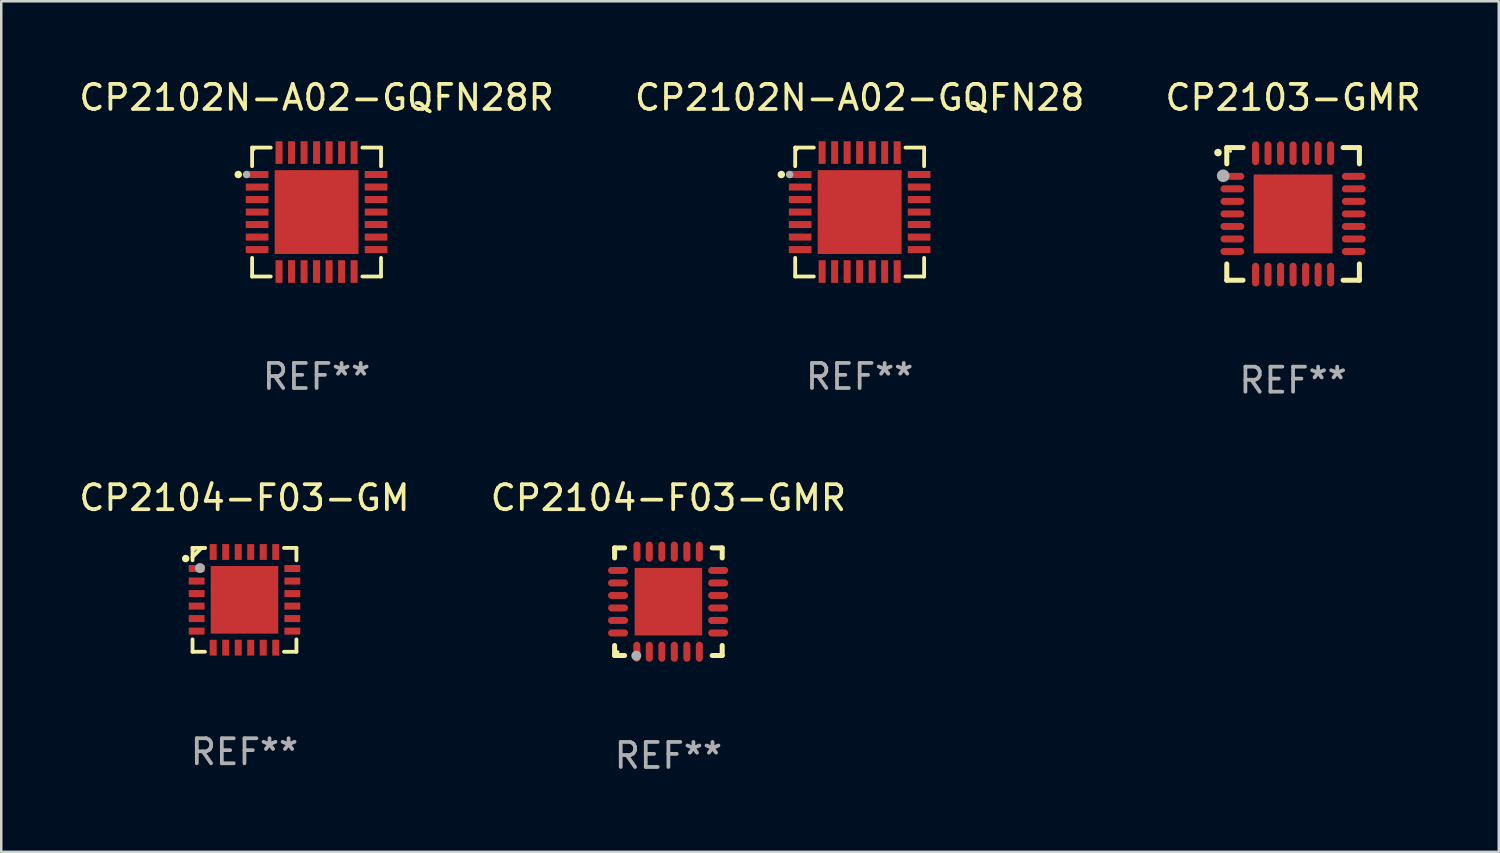
<source format=kicad_pcb>
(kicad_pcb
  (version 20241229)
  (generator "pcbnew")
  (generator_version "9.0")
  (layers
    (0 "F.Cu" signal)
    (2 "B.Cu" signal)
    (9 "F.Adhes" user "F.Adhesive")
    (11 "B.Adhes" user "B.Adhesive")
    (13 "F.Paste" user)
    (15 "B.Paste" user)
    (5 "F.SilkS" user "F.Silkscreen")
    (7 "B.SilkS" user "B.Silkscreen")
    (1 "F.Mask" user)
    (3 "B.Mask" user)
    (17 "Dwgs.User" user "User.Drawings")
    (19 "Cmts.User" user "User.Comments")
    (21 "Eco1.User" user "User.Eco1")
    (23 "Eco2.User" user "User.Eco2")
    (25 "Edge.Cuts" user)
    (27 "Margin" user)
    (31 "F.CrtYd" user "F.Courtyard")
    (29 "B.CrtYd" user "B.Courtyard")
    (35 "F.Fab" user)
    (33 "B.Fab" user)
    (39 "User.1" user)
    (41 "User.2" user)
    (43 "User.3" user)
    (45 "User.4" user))
  (footprint "CP2102N-A02-GQFN28"
    (layer "F.Cu")
    (at 31.304 5.424)
    (property "Reference" "CP2102N-A02-GQFN28" (at 0 -4.576 0) (layer "F.SilkS") (effects (font (size 1 1) (thickness 0.15))))
    (attr through_hole)
    (fp_line (start -2.576 -2.576) (end -2.576 -1.831) (stroke (width 0.152) (type solid)) (layer "F.SilkS"))
    (fp_line (start -2.576 2.576) (end -2.576 1.831) (stroke (width 0.152) (type solid)) (layer "F.SilkS"))
    (fp_line (start -1.831 -2.576) (end -2.576 -2.576) (stroke (width 0.152) (type solid)) (layer "F.SilkS"))
    (fp_line (start -1.831 2.576) (end -2.576 2.576) (stroke (width 0.152) (type solid)) (layer "F.SilkS"))
    (fp_line (start 1.831 -2.576) (end 2.576 -2.576) (stroke (width 0.152) (type solid)) (layer "F.SilkS"))
    (fp_line (start 1.831 2.576) (end 2.576 2.576) (stroke (width 0.152) (type solid)) (layer "F.SilkS"))
    (fp_line (start 2.576 -2.576) (end 2.576 -1.831) (stroke (width 0.152) (type solid)) (layer "F.SilkS"))
    (fp_line (start 2.576 2.576) (end 2.576 1.831) (stroke (width 0.152) (type solid)) (layer "F.SilkS"))
    (fp_circle (center -3.13 -1.5) (end -3.055 -1.5) (stroke (width 0.15) (type solid)) (fill no) (layer "F.SilkS"))
    (fp_circle (center -2.5 -2.5) (end -2.47 -2.5) (stroke (width 0.06) (type solid)) (fill no) (layer "F.SilkS"))
    (fp_circle (center -2.8 -1.5) (end -2.725 -1.5) (stroke (width 0.15) (type solid)) (fill no) (layer "F.Fab"))
    (fp_text user "REF**" (at 0 6.576 0) (layer "F.Fab") (effects (font (size 1 1) (thickness 0.15))))
    (pad "1" smd rect (at -2.377 -1.5) (size 0.905 0.28) (layers "F.Cu" "F.Mask" "F.Paste"))
    (pad "2" smd rect (at -2.377 -1) (size 0.905 0.28) (layers "F.Cu" "F.Mask" "F.Paste"))
    (pad "3" smd rect (at -2.377 -0.5) (size 0.905 0.28) (layers "F.Cu" "F.Mask" "F.Paste"))
    (pad "4" smd rect (at -2.377 0) (size 0.905 0.28) (layers "F.Cu" "F.Mask" "F.Paste"))
    (pad "5" smd rect (at -2.377 0.5) (size 0.905 0.28) (layers "F.Cu" "F.Mask" "F.Paste"))
    (pad "6" smd rect (at -2.377 1) (size 0.905 0.28) (layers "F.Cu" "F.Mask" "F.Paste"))
    (pad "7" smd rect (at -2.377 1.5) (size 0.905 0.28) (layers "F.Cu" "F.Mask" "F.Paste"))
    (pad "8" smd rect (at -1.5 2.377) (size 0.28 0.905) (layers "F.Cu" "F.Mask" "F.Paste"))
    (pad "9" smd rect (at -1 2.377) (size 0.28 0.905) (layers "F.Cu" "F.Mask" "F.Paste"))
    (pad "10" smd rect (at -0.5 2.377) (size 0.28 0.905) (layers "F.Cu" "F.Mask" "F.Paste"))
    (pad "11" smd rect (at 0 2.377) (size 0.28 0.905) (layers "F.Cu" "F.Mask" "F.Paste"))
    (pad "12" smd rect (at 0.5 2.377) (size 0.28 0.905) (layers "F.Cu" "F.Mask" "F.Paste"))
    (pad "13" smd rect (at 1 2.377) (size 0.28 0.905) (layers "F.Cu" "F.Mask" "F.Paste"))
    (pad "14" smd rect (at 1.5 2.377) (size 0.28 0.905) (layers "F.Cu" "F.Mask" "F.Paste"))
    (pad "15" smd rect (at 2.377 1.5) (size 0.905 0.28) (layers "F.Cu" "F.Mask" "F.Paste"))
    (pad "16" smd rect (at 2.377 1) (size 0.905 0.28) (layers "F.Cu" "F.Mask" "F.Paste"))
    (pad "17" smd rect (at 2.377 0.5) (size 0.905 0.28) (layers "F.Cu" "F.Mask" "F.Paste"))
    (pad "18" smd rect (at 2.377 0) (size 0.905 0.28) (layers "F.Cu" "F.Mask" "F.Paste"))
    (pad "19" smd rect (at 2.377 -0.5) (size 0.905 0.28) (layers "F.Cu" "F.Mask" "F.Paste"))
    (pad "20" smd rect (at 2.377 -1) (size 0.905 0.28) (layers "F.Cu" "F.Mask" "F.Paste"))
    (pad "21" smd rect (at 2.377 -1.5) (size 0.905 0.28) (layers "F.Cu" "F.Mask" "F.Paste"))
    (pad "22" smd rect (at 1.5 -2.377) (size 0.28 0.905) (layers "F.Cu" "F.Mask" "F.Paste"))
    (pad "23" smd rect (at 1 -2.377) (size 0.28 0.905) (layers "F.Cu" "F.Mask" "F.Paste"))
    (pad "24" smd rect (at 0.5 -2.377) (size 0.28 0.905) (layers "F.Cu" "F.Mask" "F.Paste"))
    (pad "25" smd rect (at 0 -2.377) (size 0.28 0.905) (layers "F.Cu" "F.Mask" "F.Paste"))
    (pad "26" smd rect (at -0.5 -2.377) (size 0.28 0.905) (layers "F.Cu" "F.Mask" "F.Paste"))
    (pad "27" smd rect (at -1 -2.377) (size 0.28 0.905) (layers "F.Cu" "F.Mask" "F.Paste"))
    (pad "28" smd rect (at -1.5 -2.377) (size 0.28 0.905) (layers "F.Cu" "F.Mask" "F.Paste"))
    (pad "29" smd rect (at 0 0) (size 3.35 3.35) (layers "F.Cu" "F.Mask" "F.Paste")))
  (footprint "CP2104-F03-GM"
    (layer "F.Cu")
    (at 6.72 20.921)
    (property "Reference" "CP2104-F03-GM" (at 0 -4.076 0) (layer "F.SilkS") (effects (font (size 1 1) (thickness 0.15))))
    (attr through_hole)
    (fp_line (start -2.076 -2.076) (end -2.076 -1.58) (stroke (width 0.152) (type solid)) (layer "F.SilkS"))
    (fp_line (start -2.076 2.076) (end -2.076 1.58) (stroke (width 0.152) (type solid)) (layer "F.SilkS"))
    (fp_line (start -1.713 -2.076) (end -2.076 -1.713) (stroke (width 0.152) (type solid)) (layer "F.SilkS"))
    (fp_line (start -1.58 -2.076) (end -2.076 -2.076) (stroke (width 0.152) (type solid)) (layer "F.SilkS"))
    (fp_line (start -1.58 -2.076) (end -1.713 -2.076) (stroke (width 0.152) (type solid)) (layer "F.SilkS"))
    (fp_line (start -1.58 2.076) (end -2.076 2.076) (stroke (width 0.152) (type solid)) (layer "F.SilkS"))
    (fp_line (start 1.58 -2.076) (end 2.076 -2.076) (stroke (width 0.152) (type solid)) (layer "F.SilkS"))
    (fp_line (start 1.58 2.076) (end 2.076 2.076) (stroke (width 0.152) (type solid)) (layer "F.SilkS"))
    (fp_line (start 2.076 -2.076) (end 2.076 -1.58) (stroke (width 0.152) (type solid)) (layer "F.SilkS"))
    (fp_line (start 2.076 2.076) (end 2.076 1.58) (stroke (width 0.152) (type solid)) (layer "F.SilkS"))
    (fp_circle (center -2.35 -1.65) (end -2.275 -1.65) (stroke (width 0.15) (type solid)) (fill no) (layer "F.SilkS"))
    (fp_circle (center -2 -2) (end -1.97 -2) (stroke (width 0.06) (type solid)) (fill no) (layer "F.SilkS"))
    (fp_circle (center -1.778 -1.27) (end -1.678 -1.27) (stroke (width 0.2) (type solid)) (fill no) (layer "F.Fab"))
    (fp_text user "REF**" (at 0 6.076 0) (layer "F.Fab") (effects (font (size 1 1) (thickness 0.15))))
    (pad "1" smd rect (at -1.912 -1.25) (size 0.633 0.28) (layers "F.Cu" "F.Mask" "F.Paste"))
    (pad "2" smd rect (at -1.912 -0.75) (size 0.633 0.28) (layers "F.Cu" "F.Mask" "F.Paste"))
    (pad "3" smd rect (at -1.912 -0.25) (size 0.633 0.28) (layers "F.Cu" "F.Mask" "F.Paste"))
    (pad "4" smd rect (at -1.912 0.25) (size 0.633 0.28) (layers "F.Cu" "F.Mask" "F.Paste"))
    (pad "5" smd rect (at -1.912 0.75) (size 0.633 0.28) (layers "F.Cu" "F.Mask" "F.Paste"))
    (pad "6" smd rect (at -1.912 1.25) (size 0.633 0.28) (layers "F.Cu" "F.Mask" "F.Paste"))
    (pad "7" smd rect (at -1.25 1.912) (size 0.28 0.633) (layers "F.Cu" "F.Mask" "F.Paste"))
    (pad "8" smd rect (at -0.75 1.912) (size 0.28 0.633) (layers "F.Cu" "F.Mask" "F.Paste"))
    (pad "9" smd rect (at -0.25 1.912) (size 0.28 0.633) (layers "F.Cu" "F.Mask" "F.Paste"))
    (pad "10" smd rect (at 0.25 1.912) (size 0.28 0.633) (layers "F.Cu" "F.Mask" "F.Paste"))
    (pad "11" smd rect (at 0.75 1.912) (size 0.28 0.633) (layers "F.Cu" "F.Mask" "F.Paste"))
    (pad "12" smd rect (at 1.25 1.912) (size 0.28 0.633) (layers "F.Cu" "F.Mask" "F.Paste"))
    (pad "13" smd rect (at 1.912 1.25) (size 0.633 0.28) (layers "F.Cu" "F.Mask" "F.Paste"))
    (pad "14" smd rect (at 1.912 0.75) (size 0.633 0.28) (layers "F.Cu" "F.Mask" "F.Paste"))
    (pad "15" smd rect (at 1.912 0.25) (size 0.633 0.28) (layers "F.Cu" "F.Mask" "F.Paste"))
    (pad "16" smd rect (at 1.912 -0.25) (size 0.633 0.28) (layers "F.Cu" "F.Mask" "F.Paste"))
    (pad "17" smd rect (at 1.912 -0.75) (size 0.633 0.28) (layers "F.Cu" "F.Mask" "F.Paste"))
    (pad "18" smd rect (at 1.912 -1.25) (size 0.633 0.28) (layers "F.Cu" "F.Mask" "F.Paste"))
    (pad "19" smd rect (at 1.25 -1.912) (size 0.28 0.633) (layers "F.Cu" "F.Mask" "F.Paste"))
    (pad "20" smd rect (at 0.75 -1.912) (size 0.28 0.633) (layers "F.Cu" "F.Mask" "F.Paste"))
    (pad "21" smd rect (at 0.25 -1.912) (size 0.28 0.633) (layers "F.Cu" "F.Mask" "F.Paste"))
    (pad "22" smd rect (at -0.25 -1.912) (size 0.28 0.633) (layers "F.Cu" "F.Mask" "F.Paste"))
    (pad "23" smd rect (at -0.75 -1.912) (size 0.28 0.633) (layers "F.Cu" "F.Mask" "F.Paste"))
    (pad "24" smd rect (at -1.25 -1.912) (size 0.28 0.633) (layers "F.Cu" "F.Mask" "F.Paste"))
    (pad "25" smd rect (at 0 0) (size 2.7 2.7) (layers "F.Cu" "F.Mask" "F.Paste")))
  (footprint "CP2104-F03-GMR"
    (layer "F.Cu")
    (at 23.661 20.995)
    (property "Reference" "CP2104-F03-GMR" (at 0 -4.15 0) (layer "F.SilkS") (effects (font (size 1 1) (thickness 0.15))))
    (attr through_hole)
    (fp_line (start -2.15 -2.15) (end -1.75 -2.15) (stroke (width 0.2) (type solid)) (layer "F.SilkS"))
    (fp_line (start -2.15 -1.75) (end -2.15 -2.15) (stroke (width 0.2) (type solid)) (layer "F.SilkS"))
    (fp_line (start -2.15 2.15) (end -2.15 1.75) (stroke (width 0.2) (type solid)) (layer "F.SilkS"))
    (fp_line (start -1.75 2.15) (end -2.15 2.15) (stroke (width 0.2) (type solid)) (layer "F.SilkS"))
    (fp_line (start 2.15 -2.15) (end 1.75 -2.15) (stroke (width 0.2) (type solid)) (layer "F.SilkS"))
    (fp_line (start 2.15 -1.75) (end 2.15 -2.15) (stroke (width 0.2) (type solid)) (layer "F.SilkS"))
    (fp_line (start 2.15 1.75) (end 2.15 2.15) (stroke (width 0.2) (type solid)) (layer "F.SilkS"))
    (fp_line (start 2.15 2.15) (end 1.75 2.15) (stroke (width 0.2) (type solid)) (layer "F.SilkS"))
    (fp_circle (center -2.013 2) (end -1.983 2) (stroke (width 0.06) (type solid)) (fill no) (layer "F.SilkS"))
    (fp_circle (center -1.282 2.159) (end -1.182 2.159) (stroke (width 0.2) (type solid)) (fill no) (layer "F.Fab"))
    (fp_text user "REF**" (at 0 6.15 0) (layer "F.Fab") (effects (font (size 1 1) (thickness 0.15))))
    (pad "1" smd oval (at -1.262 2) (size 0.28 0.8) (layers "F.Cu" "F.Mask" "F.Paste"))
    (pad "2" smd oval (at -0.763 2) (size 0.28 0.8) (layers "F.Cu" "F.Mask" "F.Paste"))
    (pad "3" smd oval (at -0.262 2) (size 0.28 0.8) (layers "F.Cu" "F.Mask" "F.Paste"))
    (pad "4" smd oval (at 0.237 2) (size 0.28 0.8) (layers "F.Cu" "F.Mask" "F.Paste"))
    (pad "5" smd oval (at 0.738 2) (size 0.28 0.8) (layers "F.Cu" "F.Mask" "F.Paste"))
    (pad "6" smd oval (at 1.237 2) (size 0.28 0.8) (layers "F.Cu" "F.Mask" "F.Paste"))
    (pad "7" smd oval (at 1.988 1.25) (size 0.8 0.28) (layers "F.Cu" "F.Mask" "F.Paste"))
    (pad "8" smd oval (at 1.988 0.75) (size 0.8 0.28) (layers "F.Cu" "F.Mask" "F.Paste"))
    (pad "9" smd oval (at 1.988 0.25) (size 0.8 0.28) (layers "F.Cu" "F.Mask" "F.Paste"))
    (pad "10" smd oval (at 1.988 -0.25) (size 0.8 0.28) (layers "F.Cu" "F.Mask" "F.Paste"))
    (pad "11" smd oval (at 1.988 -0.75) (size 0.8 0.28) (layers "F.Cu" "F.Mask" "F.Paste"))
    (pad "12" smd oval (at 1.988 -1.25) (size 0.8 0.28) (layers "F.Cu" "F.Mask" "F.Paste"))
    (pad "13" smd oval (at 1.237 -2) (size 0.28 0.8) (layers "F.Cu" "F.Mask" "F.Paste"))
    (pad "14" smd oval (at 0.738 -2) (size 0.28 0.8) (layers "F.Cu" "F.Mask" "F.Paste"))
    (pad "15" smd oval (at 0.237 -2) (size 0.28 0.8) (layers "F.Cu" "F.Mask" "F.Paste"))
    (pad "16" smd oval (at -0.262 -2) (size 0.28 0.8) (layers "F.Cu" "F.Mask" "F.Paste"))
    (pad "17" smd oval (at -0.763 -2) (size 0.28 0.8) (layers "F.Cu" "F.Mask" "F.Paste"))
    (pad "18" smd oval (at -1.255 -2) (size 0.28 0.8) (layers "F.Cu" "F.Mask" "F.Paste"))
    (pad "19" smd oval (at -2.012 -1.25) (size 0.8 0.28) (layers "F.Cu" "F.Mask" "F.Paste"))
    (pad "20" smd oval (at -2.012 -0.75) (size 0.8 0.28) (layers "F.Cu" "F.Mask" "F.Paste"))
    (pad "21" smd oval (at -2.012 -0.25) (size 0.8 0.28) (layers "F.Cu" "F.Mask" "F.Paste"))
    (pad "22" smd oval (at -2.012 0.25) (size 0.8 0.28) (layers "F.Cu" "F.Mask" "F.Paste"))
    (pad "23" smd oval (at -2.012 0.75) (size 0.8 0.28) (layers "F.Cu" "F.Mask" "F.Paste"))
    (pad "24" smd oval (at -2.012 1.25) (size 0.8 0.28) (layers "F.Cu" "F.Mask" "F.Paste"))
    (pad "25" smd rect (at -0.000013 -0.000025) (size 2.7 2.7) (layers "F.Cu" "F.Mask" "F.Paste")))
  (footprint "CP2102N-A02-GQFN28R"
    (layer "F.Cu")
    (at 9.601 5.424)
    (property "Reference" "CP2102N-A02-GQFN28R" (at 0 -4.576 0) (layer "F.SilkS") (effects (font (size 1 1) (thickness 0.15))))
    (attr through_hole)
    (fp_line (start -2.576 -2.576) (end -2.576 -1.831) (stroke (width 0.152) (type solid)) (layer "F.SilkS"))
    (fp_line (start -2.576 2.576) (end -2.576 1.831) (stroke (width 0.152) (type solid)) (layer "F.SilkS"))
    (fp_line (start -1.831 -2.576) (end -2.576 -2.576) (stroke (width 0.152) (type solid)) (layer "F.SilkS"))
    (fp_line (start -1.831 2.576) (end -2.576 2.576) (stroke (width 0.152) (type solid)) (layer "F.SilkS"))
    (fp_line (start 1.831 -2.576) (end 2.576 -2.576) (stroke (width 0.152) (type solid)) (layer "F.SilkS"))
    (fp_line (start 1.831 2.576) (end 2.576 2.576) (stroke (width 0.152) (type solid)) (layer "F.SilkS"))
    (fp_line (start 2.576 -2.576) (end 2.576 -1.831) (stroke (width 0.152) (type solid)) (layer "F.SilkS"))
    (fp_line (start 2.576 2.576) (end 2.576 1.831) (stroke (width 0.152) (type solid)) (layer "F.SilkS"))
    (fp_circle (center -3.13 -1.5) (end -3.055 -1.5) (stroke (width 0.15) (type solid)) (fill no) (layer "F.SilkS"))
    (fp_circle (center -2.5 -2.5) (end -2.47 -2.5) (stroke (width 0.06) (type solid)) (fill no) (layer "F.SilkS"))
    (fp_circle (center -2.8 -1.5) (end -2.725 -1.5) (stroke (width 0.15) (type solid)) (fill no) (layer "F.Fab"))
    (fp_text user "REF**" (at 0 6.576 0) (layer "F.Fab") (effects (font (size 1 1) (thickness 0.15))))
    (pad "1" smd rect (at -2.377 -1.5) (size 0.905 0.28) (layers "F.Cu" "F.Mask" "F.Paste"))
    (pad "2" smd rect (at -2.377 -1) (size 0.905 0.28) (layers "F.Cu" "F.Mask" "F.Paste"))
    (pad "3" smd rect (at -2.377 -0.5) (size 0.905 0.28) (layers "F.Cu" "F.Mask" "F.Paste"))
    (pad "4" smd rect (at -2.377 0) (size 0.905 0.28) (layers "F.Cu" "F.Mask" "F.Paste"))
    (pad "5" smd rect (at -2.377 0.5) (size 0.905 0.28) (layers "F.Cu" "F.Mask" "F.Paste"))
    (pad "6" smd rect (at -2.377 1) (size 0.905 0.28) (layers "F.Cu" "F.Mask" "F.Paste"))
    (pad "7" smd rect (at -2.377 1.5) (size 0.905 0.28) (layers "F.Cu" "F.Mask" "F.Paste"))
    (pad "8" smd rect (at -1.5 2.377) (size 0.28 0.905) (layers "F.Cu" "F.Mask" "F.Paste"))
    (pad "9" smd rect (at -1 2.377) (size 0.28 0.905) (layers "F.Cu" "F.Mask" "F.Paste"))
    (pad "10" smd rect (at -0.5 2.377) (size 0.28 0.905) (layers "F.Cu" "F.Mask" "F.Paste"))
    (pad "11" smd rect (at 0 2.377) (size 0.28 0.905) (layers "F.Cu" "F.Mask" "F.Paste"))
    (pad "12" smd rect (at 0.5 2.377) (size 0.28 0.905) (layers "F.Cu" "F.Mask" "F.Paste"))
    (pad "13" smd rect (at 1 2.377) (size 0.28 0.905) (layers "F.Cu" "F.Mask" "F.Paste"))
    (pad "14" smd rect (at 1.5 2.377) (size 0.28 0.905) (layers "F.Cu" "F.Mask" "F.Paste"))
    (pad "15" smd rect (at 2.377 1.5) (size 0.905 0.28) (layers "F.Cu" "F.Mask" "F.Paste"))
    (pad "16" smd rect (at 2.377 1) (size 0.905 0.28) (layers "F.Cu" "F.Mask" "F.Paste"))
    (pad "17" smd rect (at 2.377 0.5) (size 0.905 0.28) (layers "F.Cu" "F.Mask" "F.Paste"))
    (pad "18" smd rect (at 2.377 0) (size 0.905 0.28) (layers "F.Cu" "F.Mask" "F.Paste"))
    (pad "19" smd rect (at 2.377 -0.5) (size 0.905 0.28) (layers "F.Cu" "F.Mask" "F.Paste"))
    (pad "20" smd rect (at 2.377 -1) (size 0.905 0.28) (layers "F.Cu" "F.Mask" "F.Paste"))
    (pad "21" smd rect (at 2.377 -1.5) (size 0.905 0.28) (layers "F.Cu" "F.Mask" "F.Paste"))
    (pad "22" smd rect (at 1.5 -2.377) (size 0.28 0.905) (layers "F.Cu" "F.Mask" "F.Paste"))
    (pad "23" smd rect (at 1 -2.377) (size 0.28 0.905) (layers "F.Cu" "F.Mask" "F.Paste"))
    (pad "24" smd rect (at 0.5 -2.377) (size 0.28 0.905) (layers "F.Cu" "F.Mask" "F.Paste"))
    (pad "25" smd rect (at 0 -2.377) (size 0.28 0.905) (layers "F.Cu" "F.Mask" "F.Paste"))
    (pad "26" smd rect (at -0.5 -2.377) (size 0.28 0.905) (layers "F.Cu" "F.Mask" "F.Paste"))
    (pad "27" smd rect (at -1 -2.377) (size 0.28 0.905) (layers "F.Cu" "F.Mask" "F.Paste"))
    (pad "28" smd rect (at -1.5 -2.377) (size 0.28 0.905) (layers "F.Cu" "F.Mask" "F.Paste"))
    (pad "29" smd rect (at 0 0) (size 3.35 3.35) (layers "F.Cu" "F.Mask" "F.Paste")))
  (footprint "CP2103-GMR"
    (layer "F.Cu")
    (at 48.625 5.498)
    (property "Reference" "CP2103-GMR" (at 0 -4.65 0) (layer "F.SilkS") (effects (font (size 1 1) (thickness 0.15))))
    (attr through_hole)
    (fp_line (start -2.65 -2.65) (end -2 -2.65) (stroke (width 0.2) (type solid)) (layer "F.SilkS"))
    (fp_line (start -2.65 -2) (end -2.65 -2.65) (stroke (width 0.2) (type solid)) (layer "F.SilkS"))
    (fp_line (start -2.65 2) (end -2.65 2.65) (stroke (width 0.2) (type solid)) (layer "F.SilkS"))
    (fp_line (start -2.65 2.65) (end -2 2.65) (stroke (width 0.2) (type solid)) (layer "F.SilkS"))
    (fp_line (start 2 2.65) (end 2.65 2.65) (stroke (width 0.2) (type solid)) (layer "F.SilkS"))
    (fp_line (start 2.65 -2.65) (end 2 -2.65) (stroke (width 0.2) (type solid)) (layer "F.SilkS"))
    (fp_line (start 2.65 -2) (end 2.65 -2.65) (stroke (width 0.2) (type solid)) (layer "F.SilkS"))
    (fp_line (start 2.65 2.65) (end 2.65 2) (stroke (width 0.2) (type solid)) (layer "F.SilkS"))
    (fp_arc (start -2.999746 -2.448565) (mid -2.999751 -2.449835) (end -2.999746 -2.451105) (stroke (width 0.3) (type solid)) (layer "F.SilkS"))
    (fp_circle (center -2.501 -2.501) (end -2.471 -2.501) (stroke (width 0.06) (type solid)) (fill no) (layer "F.SilkS"))
    (fp_circle (center -2.794 -1.524) (end -2.667 -1.524) (stroke (width 0.254) (type solid)) (fill no) (layer "F.Fab"))
    (fp_text user "REF**" (at 0 6.65 0) (layer "F.Fab") (effects (font (size 1 1) (thickness 0.15))))
    (pad "1" smd oval (at -2.425 -1.501) (size 0.95 0.28) (layers "F.Cu" "F.Mask" "F.Paste"))
    (pad "2" smd oval (at -2.425 -1.001) (size 0.95 0.28) (layers "F.Cu" "F.Mask" "F.Paste"))
    (pad "3" smd oval (at -2.425 -0.5) (size 0.95 0.28) (layers "F.Cu" "F.Mask" "F.Paste"))
    (pad "4" smd oval (at -2.425 0.000127) (size 0.95 0.28) (layers "F.Cu" "F.Mask" "F.Paste"))
    (pad "5" smd oval (at -2.425 0.501) (size 0.95 0.28) (layers "F.Cu" "F.Mask" "F.Paste"))
    (pad "6" smd oval (at -2.425 1.001) (size 0.95 0.28) (layers "F.Cu" "F.Mask" "F.Paste"))
    (pad "7" smd oval (at -2.425 1.501) (size 0.95 0.28) (layers "F.Cu" "F.Mask" "F.Paste"))
    (pad "8" smd oval (at -1.501 2.425) (size 0.28 0.95) (layers "F.Cu" "F.Mask" "F.Paste"))
    (pad "9" smd oval (at -1.001 2.425) (size 0.28 0.95) (layers "F.Cu" "F.Mask" "F.Paste"))
    (pad "10" smd oval (at -0.5 2.425) (size 0.28 0.95) (layers "F.Cu" "F.Mask" "F.Paste"))
    (pad "11" smd oval (at 0.000025 2.425) (size 0.28 0.95) (layers "F.Cu" "F.Mask" "F.Paste"))
    (pad "12" smd oval (at 0.5 2.425) (size 0.28 0.95) (layers "F.Cu" "F.Mask" "F.Paste"))
    (pad "13" smd oval (at 1.001 2.425) (size 0.28 0.95) (layers "F.Cu" "F.Mask" "F.Paste"))
    (pad "14" smd oval (at 1.501 2.425) (size 0.28 0.95) (layers "F.Cu" "F.Mask" "F.Paste"))
    (pad "15" smd oval (at 2.425 1.501) (size 0.95 0.28) (layers "F.Cu" "F.Mask" "F.Paste"))
    (pad "16" smd oval (at 2.425 1.001) (size 0.95 0.28) (layers "F.Cu" "F.Mask" "F.Paste"))
    (pad "17" smd oval (at 2.425 0.501) (size 0.95 0.28) (layers "F.Cu" "F.Mask" "F.Paste"))
    (pad "18" smd oval (at 2.425 0.000127) (size 0.95 0.28) (layers "F.Cu" "F.Mask" "F.Paste"))
    (pad "19" smd oval (at 2.425 -0.5) (size 0.95 0.28) (layers "F.Cu" "F.Mask" "F.Paste"))
    (pad "20" smd oval (at 2.425 -1.001) (size 0.95 0.28) (layers "F.Cu" "F.Mask" "F.Paste"))
    (pad "21" smd oval (at 2.425 -1.501) (size 0.95 0.28) (layers "F.Cu" "F.Mask" "F.Paste"))
    (pad "22" smd oval (at 1.501 -2.425) (size 0.28 0.95) (layers "F.Cu" "F.Mask" "F.Paste"))
    (pad "23" smd oval (at 1.001 -2.425) (size 0.28 0.95) (layers "F.Cu" "F.Mask" "F.Paste"))
    (pad "24" smd oval (at 0.5 -2.425) (size 0.28 0.95) (layers "F.Cu" "F.Mask" "F.Paste"))
    (pad "25" smd oval (at 0.000025 -2.425) (size 0.28 0.95) (layers "F.Cu" "F.Mask" "F.Paste"))
    (pad "26" smd oval (at -0.5 -2.425) (size 0.28 0.95) (layers "F.Cu" "F.Mask" "F.Paste"))
    (pad "27" smd oval (at -1.001 -2.425) (size 0.28 0.95) (layers "F.Cu" "F.Mask" "F.Paste"))
    (pad "28" smd oval (at -1.501 -2.425) (size 0.28 0.95) (layers "F.Cu" "F.Mask" "F.Paste"))
    (pad "29" smd rect (at 0.000025 0.000127) (size 3.15 3.15) (layers "F.Cu" "F.Mask" "F.Paste")))
  (gr_rect
    (start -3 -3)
    (end 56.845 30.993)
    (stroke (width 0.1) (type default))
    (fill no)
    (layer "Edge.Cuts")))
</source>
